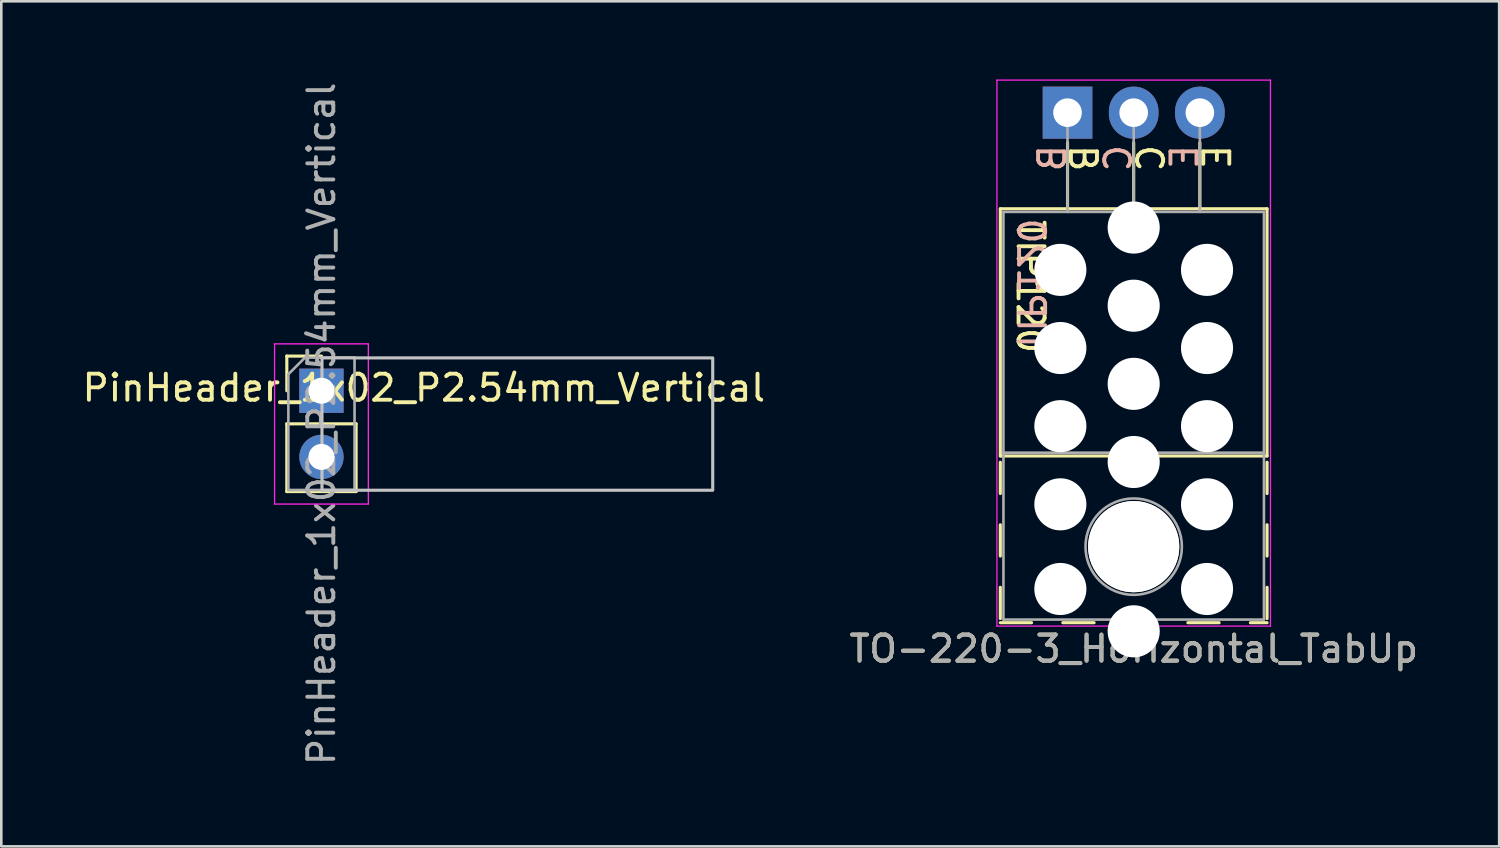
<source format=kicad_pcb>
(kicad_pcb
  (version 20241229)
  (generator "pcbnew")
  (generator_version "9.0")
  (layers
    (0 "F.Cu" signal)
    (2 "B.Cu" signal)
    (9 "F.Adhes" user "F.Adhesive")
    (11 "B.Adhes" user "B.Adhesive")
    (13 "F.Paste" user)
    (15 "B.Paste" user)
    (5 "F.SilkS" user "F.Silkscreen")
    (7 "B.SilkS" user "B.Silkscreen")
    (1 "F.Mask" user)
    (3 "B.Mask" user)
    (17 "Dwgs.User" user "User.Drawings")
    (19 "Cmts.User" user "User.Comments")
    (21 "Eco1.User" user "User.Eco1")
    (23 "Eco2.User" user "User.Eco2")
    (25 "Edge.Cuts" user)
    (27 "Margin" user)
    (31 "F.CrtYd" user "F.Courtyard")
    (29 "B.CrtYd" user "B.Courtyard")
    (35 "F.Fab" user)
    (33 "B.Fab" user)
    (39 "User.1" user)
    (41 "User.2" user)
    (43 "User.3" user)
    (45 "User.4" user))
  (footprint "TO-220-3_Horizontal_TabUp"
    (layer "F.Cu")
    (at 37.93 1.275)
    (property "Reference" "TO-220-3_Horizontal_TabUp" (at 2.54 20.58 0) (layer "F.SilkS") (effects (font (size 1 1) (thickness 0.15))))
    (attr through_hole)
    (fp_line (start -2.58 3.69) (end -2.58 13.18) (stroke (width 0.12) (type solid)) (layer "F.SilkS"))
    (fp_line (start -2.58 3.69) (end 7.66 3.69) (stroke (width 0.12) (type solid)) (layer "F.SilkS"))
    (fp_line (start -2.58 13.18) (end 7.66 13.18) (stroke (width 0.12) (type solid)) (layer "F.SilkS"))
    (fp_line (start -2.58 13.42) (end -2.58 14.62) (stroke (width 0.12) (type solid)) (layer "F.SilkS"))
    (fp_line (start -2.58 15.82) (end -2.58 17.02) (stroke (width 0.12) (type solid)) (layer "F.SilkS"))
    (fp_line (start -2.58 18.22) (end -2.58 19.42) (stroke (width 0.12) (type solid)) (layer "F.SilkS"))
    (fp_line (start -2.58 19.58) (end -1.38 19.58) (stroke (width 0.12) (type solid)) (layer "F.SilkS"))
    (fp_line (start -0.181 19.58) (end 1.02 19.58) (stroke (width 0.12) (type solid)) (layer "F.SilkS"))
    (fp_line (start 0 1.15) (end 0 3.69) (stroke (width 0.12) (type solid)) (layer "F.SilkS"))
    (fp_line (start 2.22 19.58) (end 3.42 19.58) (stroke (width 0.12) (type solid)) (layer "F.SilkS"))
    (fp_line (start 2.54 1.15) (end 2.54 3.69) (stroke (width 0.12) (type solid)) (layer "F.SilkS"))
    (fp_line (start 4.62 19.58) (end 5.82 19.58) (stroke (width 0.12) (type solid)) (layer "F.SilkS"))
    (fp_line (start 5.08 1.15) (end 5.08 3.69) (stroke (width 0.12) (type solid)) (layer "F.SilkS"))
    (fp_line (start 7.02 19.58) (end 7.66 19.58) (stroke (width 0.12) (type solid)) (layer "F.SilkS"))
    (fp_line (start 7.66 3.69) (end 7.66 13.18) (stroke (width 0.12) (type solid)) (layer "F.SilkS"))
    (fp_line (start 7.66 13.42) (end 7.66 14.62) (stroke (width 0.12) (type solid)) (layer "F.SilkS"))
    (fp_line (start 7.66 15.82) (end 7.66 17.02) (stroke (width 0.12) (type solid)) (layer "F.SilkS"))
    (fp_line (start 7.66 18.22) (end 7.66 19.42) (stroke (width 0.12) (type solid)) (layer "F.SilkS"))
    (fp_line (start -2.71 -1.25) (end -2.71 19.71) (stroke (width 0.05) (type solid)) (layer "F.CrtYd"))
    (fp_line (start -2.71 19.71) (end 7.79 19.71) (stroke (width 0.05) (type solid)) (layer "F.CrtYd"))
    (fp_line (start 7.79 -1.25) (end -2.71 -1.25) (stroke (width 0.05) (type solid)) (layer "F.CrtYd"))
    (fp_line (start 7.79 19.71) (end 7.79 -1.25) (stroke (width 0.05) (type solid)) (layer "F.CrtYd"))
    (fp_line (start -2.46 3.81) (end -2.46 13.06) (stroke (width 0.1) (type solid)) (layer "F.Fab"))
    (fp_line (start -2.46 13.06) (end -2.46 19.46) (stroke (width 0.1) (type solid)) (layer "F.Fab"))
    (fp_line (start -2.46 13.06) (end 7.54 13.06) (stroke (width 0.1) (type solid)) (layer "F.Fab"))
    (fp_line (start -2.46 19.46) (end 7.54 19.46) (stroke (width 0.1) (type solid)) (layer "F.Fab"))
    (fp_line (start 0 3.81) (end 0 0) (stroke (width 0.1) (type solid)) (layer "F.Fab"))
    (fp_line (start 2.54 3.81) (end 2.54 0) (stroke (width 0.1) (type solid)) (layer "F.Fab"))
    (fp_line (start 5.08 3.81) (end 5.08 0) (stroke (width 0.1) (type solid)) (layer "F.Fab"))
    (fp_line (start 7.54 3.81) (end -2.46 3.81) (stroke (width 0.1) (type solid)) (layer "F.Fab"))
    (fp_line (start 7.54 13.06) (end -2.46 13.06) (stroke (width 0.1) (type solid)) (layer "F.Fab"))
    (fp_line (start 7.54 13.06) (end 7.54 3.81) (stroke (width 0.1) (type solid)) (layer "F.Fab"))
    (fp_line (start 7.54 19.46) (end 7.54 13.06) (stroke (width 0.1) (type solid)) (layer "F.Fab"))
    (fp_circle (center 2.54 16.66) (end 4.39 16.66) (stroke (width 0.1) (type solid)) (fill no) (layer "F.Fab"))
    (fp_text user "TIP120" (at -2.01 4.03 270) (unlocked yes) (layer "F.SilkS") (effects (font (size 1 1) (thickness 0.15)) (justify left bottom)))
    (fp_text user "B" (at 0 1.15 270) (unlocked yes) (layer "F.SilkS") (effects (font (size 1 1) (thickness 0.15)) (justify left bottom)))
    (fp_text user "C" (at 2.54 1.15 270) (unlocked yes) (layer "F.SilkS") (effects (font (size 1 1) (thickness 0.15)) (justify left bottom)))
    (fp_text user "E" (at 5.08 1.15 270) (unlocked yes) (layer "F.SilkS") (effects (font (size 1 1) (thickness 0.15)) (justify left bottom)))
    (fp_text user "C" (at 2.54 1.15 90) (unlocked yes) (layer "B.SilkS") (effects (font (size 1 1) (thickness 0.15)) (justify left bottom mirror)))
    (fp_text user "E" (at 5.08 1.15 90) (unlocked yes) (layer "B.SilkS") (effects (font (size 1 1) (thickness 0.15)) (justify left bottom mirror)))
    (fp_text user "TIP120" (at -1.99 9.26 270) (unlocked yes) (layer "B.SilkS") (effects (font (size 1 1) (thickness 0.15)) (justify left bottom mirror)))
    (fp_text user "B" (at 0 1.15 90) (unlocked yes) (layer "B.SilkS") (effects (font (size 1 1) (thickness 0.15)) (justify left bottom mirror)))
    (fp_text user "${REFERENCE}" (at 2.54 20.58 0) (layer "F.Fab") (effects (font (size 1 1) (thickness 0.15))))
    (pad "" np_thru_hole circle (at -0.275 6.035) (size 2 2) (drill 2) (layers "*.Cu" "*.Mask"))
    (pad "" np_thru_hole circle (at -0.275 9.035) (size 2 2) (drill 2) (layers "*.Cu" "*.Mask"))
    (pad "" np_thru_hole circle (at -0.275 12.035) (size 2 2) (drill 2) (layers "*.Cu" "*.Mask"))
    (pad "" np_thru_hole circle (at -0.275 15.035) (size 2 2) (drill 2) (layers "*.Cu" "*.Mask"))
    (pad "" np_thru_hole circle (at -0.275 18.285) (size 2 2) (drill 2) (layers "*.Cu" "*.Mask"))
    (pad "" np_thru_hole circle (at 2.54 4.41 300) (size 2 2) (drill 2) (layers "*.Cu" "*.Mask"))
    (pad "" np_thru_hole circle (at 2.54 7.41 300) (size 2 2) (drill 2) (layers "*.Cu" "*.Mask"))
    (pad "" np_thru_hole circle (at 2.54 10.41 300) (size 2 2) (drill 2) (layers "*.Cu" "*.Mask"))
    (pad "" np_thru_hole circle (at 2.54 13.41 300) (size 2 2) (drill 2) (layers "*.Cu" "*.Mask"))
    (pad "" np_thru_hole circle (at 2.54 16.66) (size 3.5 3.5) (drill 3.5) (layers "*.Cu" "*.Mask"))
    (pad "" np_thru_hole circle (at 2.54 16.66) (size 3.5 3.5) (drill 3.5) (layers "*.Cu" "*.Mask"))
    (pad "" np_thru_hole circle (at 2.54 19.91) (size 2 2) (drill 2) (layers "*.Cu" "*.Mask"))
    (pad "" np_thru_hole circle (at 5.355 6.035) (size 2 2) (drill 2) (layers "*.Cu" "*.Mask"))
    (pad "" np_thru_hole circle (at 5.355 9.035) (size 2 2) (drill 2) (layers "*.Cu" "*.Mask"))
    (pad "" np_thru_hole circle (at 5.355 12.035) (size 2 2) (drill 2) (layers "*.Cu" "*.Mask"))
    (pad "" np_thru_hole circle (at 5.355 15.035) (size 2 2) (drill 2) (layers "*.Cu" "*.Mask"))
    (pad "" np_thru_hole circle (at 5.355 18.285) (size 2 2) (drill 2) (layers "*.Cu" "*.Mask"))
    (pad "1" thru_hole rect (at 0 0) (size 1.905 2) (drill 1.1) (layers "*.Cu" "*.Mask"))
    (pad "2" thru_hole oval (at 2.54 0) (size 1.905 2) (drill 1.1) (layers "*.Cu" "*.Mask"))
    (pad "3" thru_hole oval (at 5.08 0) (size 1.905 2) (drill 1.1) (layers "*.Cu" "*.Mask")))
  (footprint "PinHeader_1x02_P2.54mm_Vertical"
    (layer "F.Cu")
    (at 9.29 11.95)
    (property "Reference" "PinHeader_1x02_P2.54mm_Vertical" (at 3.93 -0.11 0) (layer "F.SilkS") (effects (font (size 1 1) (thickness 0.15))))
    (attr through_hole)
    (fp_line (start -1.33 -1.33) (end 0 -1.33) (stroke (width 0.12) (type solid)) (layer "F.SilkS"))
    (fp_line (start -1.33 0) (end -1.33 -1.33) (stroke (width 0.12) (type solid)) (layer "F.SilkS"))
    (fp_line (start -1.33 1.27) (end -1.33 3.87) (stroke (width 0.12) (type solid)) (layer "F.SilkS"))
    (fp_line (start -1.33 1.27) (end 1.33 1.27) (stroke (width 0.12) (type solid)) (layer "F.SilkS"))
    (fp_line (start -1.33 3.87) (end 1.33 3.87) (stroke (width 0.12) (type solid)) (layer "F.SilkS"))
    (fp_line (start 1.33 1.27) (end 1.33 3.87) (stroke (width 0.12) (type solid)) (layer "F.SilkS"))
    (fp_rect (start 0.02 -1.26) (end 15.02 3.82) (stroke (width 0.12) (type default)) (fill no) (layer "Dwgs.User"))
    (fp_line (start -1.8 -1.8) (end -1.8 4.35) (stroke (width 0.05) (type solid)) (layer "F.CrtYd"))
    (fp_line (start -1.8 4.35) (end 1.8 4.35) (stroke (width 0.05) (type solid)) (layer "F.CrtYd"))
    (fp_line (start 1.8 -1.8) (end -1.8 -1.8) (stroke (width 0.05) (type solid)) (layer "F.CrtYd"))
    (fp_line (start 1.8 4.35) (end 1.8 -1.8) (stroke (width 0.05) (type solid)) (layer "F.CrtYd"))
    (fp_line (start -1.27 -0.635) (end -0.635 -1.27) (stroke (width 0.1) (type solid)) (layer "F.Fab"))
    (fp_line (start -1.27 3.81) (end -1.27 -0.635) (stroke (width 0.1) (type solid)) (layer "F.Fab"))
    (fp_line (start -0.635 -1.27) (end 1.27 -1.27) (stroke (width 0.1) (type solid)) (layer "F.Fab"))
    (fp_line (start 1.27 -1.27) (end 1.27 3.81) (stroke (width 0.1) (type solid)) (layer "F.Fab"))
    (fp_line (start 1.27 3.81) (end -1.27 3.81) (stroke (width 0.1) (type solid)) (layer "F.Fab"))
    (fp_text user "${REFERENCE}" (at 0 1.27 90) (layer "F.Fab") (effects (font (size 1 1) (thickness 0.15))))
    (pad "1" thru_hole rect (at 0 0) (size 1.7 1.7) (drill 1) (layers "*.Cu" "*.Mask"))
    (pad "2" thru_hole oval (at 0 2.54) (size 1.7 1.7) (drill 1) (layers "*.Cu" "*.Mask")))
  (gr_rect
    (start -3 -3)
    (end 54.5 29.44)
    (stroke (width 0.1) (type default))
    (fill no)
    (layer "Edge.Cuts")))
</source>
